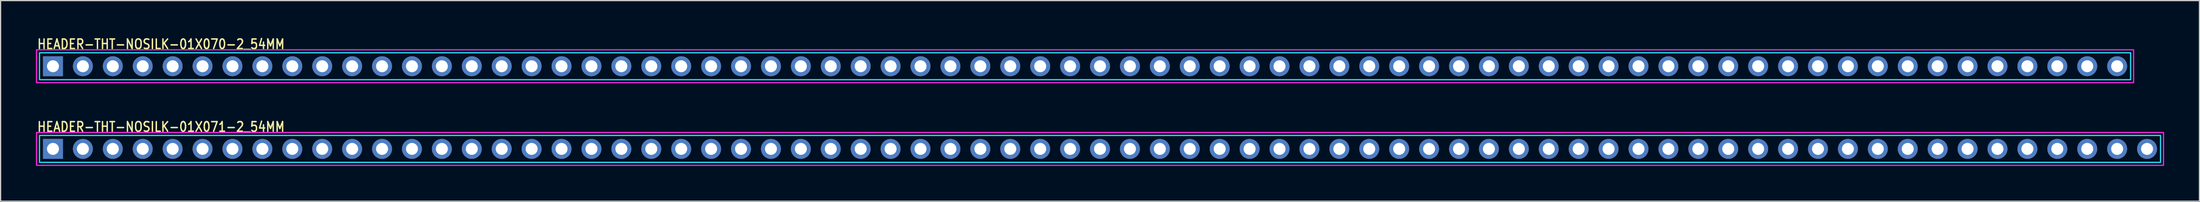
<source format=kicad_pcb>
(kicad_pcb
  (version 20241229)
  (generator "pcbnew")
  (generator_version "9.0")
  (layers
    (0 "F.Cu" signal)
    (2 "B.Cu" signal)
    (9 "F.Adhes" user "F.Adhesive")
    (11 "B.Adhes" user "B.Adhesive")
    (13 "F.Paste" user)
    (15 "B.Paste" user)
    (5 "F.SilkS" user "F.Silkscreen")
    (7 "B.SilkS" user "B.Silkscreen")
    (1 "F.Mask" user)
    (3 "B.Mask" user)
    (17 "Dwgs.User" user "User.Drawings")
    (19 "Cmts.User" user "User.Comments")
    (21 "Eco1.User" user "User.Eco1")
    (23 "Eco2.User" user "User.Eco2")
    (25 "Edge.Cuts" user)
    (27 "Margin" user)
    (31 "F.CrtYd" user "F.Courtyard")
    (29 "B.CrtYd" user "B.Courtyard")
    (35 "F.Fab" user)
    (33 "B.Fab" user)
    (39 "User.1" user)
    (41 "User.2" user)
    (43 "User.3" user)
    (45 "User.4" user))
  (footprint "HEADER-THT-NOSILK-01X071-2_54MM"
    (layer "F.Cu")
    (at 1.447 9.604)
    (property "Reference" "HEADER-THT-NOSILK-01X071-2_54MM" (at -1.4 -1.4 0) (unlocked yes) (layer "F.SilkS") (effects (font (size 0.813 0.695) (thickness 0.122)) (justify left bottom)))
    (fp_poly (pts (xy -1.143 -1.143) (xy 178.943 -1.143) (xy 178.943 1.143) (xy -1.143 1.143)) (stroke (width 0.1) (type solid)) (fill no) (layer "B.CrtYd"))
    (fp_poly (pts (xy -1.397 -1.397) (xy 179.197 -1.397) (xy 179.197 1.397) (xy -1.397 1.397)) (stroke (width 0.1) (type solid)) (fill no) (layer "F.CrtYd"))
    (pad "P$1" thru_hole rect (at 0 0) (size 1.693 1.693) (drill 1.016) (layers "*.Cu" "*.Mask"))
    (pad "P$2" thru_hole oval (at 2.54 0) (size 1.693 1.693) (drill 1.016) (layers "*.Cu" "*.Mask"))
    (pad "P$3" thru_hole oval (at 5.08 0) (size 1.693 1.693) (drill 1.016) (layers "*.Cu" "*.Mask"))
    (pad "P$4" thru_hole oval (at 7.62 0) (size 1.693 1.693) (drill 1.016) (layers "*.Cu" "*.Mask"))
    (pad "P$5" thru_hole oval (at 10.16 0) (size 1.693 1.693) (drill 1.016) (layers "*.Cu" "*.Mask"))
    (pad "P$6" thru_hole oval (at 12.7 0) (size 1.693 1.693) (drill 1.016) (layers "*.Cu" "*.Mask"))
    (pad "P$7" thru_hole oval (at 15.24 0) (size 1.693 1.693) (drill 1.016) (layers "*.Cu" "*.Mask"))
    (pad "P$8" thru_hole oval (at 17.78 0) (size 1.693 1.693) (drill 1.016) (layers "*.Cu" "*.Mask"))
    (pad "P$9" thru_hole oval (at 20.32 0) (size 1.693 1.693) (drill 1.016) (layers "*.Cu" "*.Mask"))
    (pad "P$10" thru_hole oval (at 22.86 0) (size 1.693 1.693) (drill 1.016) (layers "*.Cu" "*.Mask"))
    (pad "P$11" thru_hole oval (at 25.4 0) (size 1.693 1.693) (drill 1.016) (layers "*.Cu" "*.Mask"))
    (pad "P$12" thru_hole oval (at 27.94 0) (size 1.693 1.693) (drill 1.016) (layers "*.Cu" "*.Mask"))
    (pad "P$13" thru_hole oval (at 30.48 0) (size 1.693 1.693) (drill 1.016) (layers "*.Cu" "*.Mask"))
    (pad "P$14" thru_hole oval (at 33.02 0) (size 1.693 1.693) (drill 1.016) (layers "*.Cu" "*.Mask"))
    (pad "P$15" thru_hole oval (at 35.56 0) (size 1.693 1.693) (drill 1.016) (layers "*.Cu" "*.Mask"))
    (pad "P$16" thru_hole oval (at 38.1 0) (size 1.693 1.693) (drill 1.016) (layers "*.Cu" "*.Mask"))
    (pad "P$17" thru_hole oval (at 40.64 0) (size 1.693 1.693) (drill 1.016) (layers "*.Cu" "*.Mask"))
    (pad "P$18" thru_hole oval (at 43.18 0) (size 1.693 1.693) (drill 1.016) (layers "*.Cu" "*.Mask"))
    (pad "P$19" thru_hole oval (at 45.72 0) (size 1.693 1.693) (drill 1.016) (layers "*.Cu" "*.Mask"))
    (pad "P$20" thru_hole oval (at 48.26 0) (size 1.693 1.693) (drill 1.016) (layers "*.Cu" "*.Mask"))
    (pad "P$21" thru_hole oval (at 50.8 0) (size 1.693 1.693) (drill 1.016) (layers "*.Cu" "*.Mask"))
    (pad "P$22" thru_hole oval (at 53.34 0) (size 1.693 1.693) (drill 1.016) (layers "*.Cu" "*.Mask"))
    (pad "P$23" thru_hole oval (at 55.88 0) (size 1.693 1.693) (drill 1.016) (layers "*.Cu" "*.Mask"))
    (pad "P$24" thru_hole oval (at 58.42 0) (size 1.693 1.693) (drill 1.016) (layers "*.Cu" "*.Mask"))
    (pad "P$25" thru_hole oval (at 60.96 0) (size 1.693 1.693) (drill 1.016) (layers "*.Cu" "*.Mask"))
    (pad "P$26" thru_hole oval (at 63.5 0) (size 1.693 1.693) (drill 1.016) (layers "*.Cu" "*.Mask"))
    (pad "P$27" thru_hole oval (at 66.04 0) (size 1.693 1.693) (drill 1.016) (layers "*.Cu" "*.Mask"))
    (pad "P$28" thru_hole oval (at 68.58 0) (size 1.693 1.693) (drill 1.016) (layers "*.Cu" "*.Mask"))
    (pad "P$29" thru_hole oval (at 71.12 0) (size 1.693 1.693) (drill 1.016) (layers "*.Cu" "*.Mask"))
    (pad "P$30" thru_hole oval (at 73.66 0) (size 1.693 1.693) (drill 1.016) (layers "*.Cu" "*.Mask"))
    (pad "P$31" thru_hole oval (at 76.2 0) (size 1.693 1.693) (drill 1.016) (layers "*.Cu" "*.Mask"))
    (pad "P$32" thru_hole oval (at 78.74 0) (size 1.693 1.693) (drill 1.016) (layers "*.Cu" "*.Mask"))
    (pad "P$33" thru_hole oval (at 81.28 0) (size 1.693 1.693) (drill 1.016) (layers "*.Cu" "*.Mask"))
    (pad "P$34" thru_hole oval (at 83.82 0) (size 1.693 1.693) (drill 1.016) (layers "*.Cu" "*.Mask"))
    (pad "P$35" thru_hole oval (at 86.36 0) (size 1.693 1.693) (drill 1.016) (layers "*.Cu" "*.Mask"))
    (pad "P$36" thru_hole oval (at 88.9 0) (size 1.693 1.693) (drill 1.016) (layers "*.Cu" "*.Mask"))
    (pad "P$37" thru_hole oval (at 91.44 0) (size 1.693 1.693) (drill 1.016) (layers "*.Cu" "*.Mask"))
    (pad "P$38" thru_hole oval (at 93.98 0) (size 1.693 1.693) (drill 1.016) (layers "*.Cu" "*.Mask"))
    (pad "P$39" thru_hole oval (at 96.52 0) (size 1.693 1.693) (drill 1.016) (layers "*.Cu" "*.Mask"))
    (pad "P$40" thru_hole oval (at 99.06 0) (size 1.693 1.693) (drill 1.016) (layers "*.Cu" "*.Mask"))
    (pad "P$41" thru_hole oval (at 101.6 0) (size 1.693 1.693) (drill 1.016) (layers "*.Cu" "*.Mask"))
    (pad "P$42" thru_hole oval (at 104.14 0) (size 1.693 1.693) (drill 1.016) (layers "*.Cu" "*.Mask"))
    (pad "P$43" thru_hole oval (at 106.68 0) (size 1.693 1.693) (drill 1.016) (layers "*.Cu" "*.Mask"))
    (pad "P$44" thru_hole oval (at 109.22 0) (size 1.693 1.693) (drill 1.016) (layers "*.Cu" "*.Mask"))
    (pad "P$45" thru_hole oval (at 111.76 0) (size 1.693 1.693) (drill 1.016) (layers "*.Cu" "*.Mask"))
    (pad "P$46" thru_hole oval (at 114.3 0) (size 1.693 1.693) (drill 1.016) (layers "*.Cu" "*.Mask"))
    (pad "P$47" thru_hole oval (at 116.84 0) (size 1.693 1.693) (drill 1.016) (layers "*.Cu" "*.Mask"))
    (pad "P$48" thru_hole oval (at 119.38 0) (size 1.693 1.693) (drill 1.016) (layers "*.Cu" "*.Mask"))
    (pad "P$49" thru_hole oval (at 121.92 0) (size 1.693 1.693) (drill 1.016) (layers "*.Cu" "*.Mask"))
    (pad "P$50" thru_hole oval (at 124.46 0) (size 1.693 1.693) (drill 1.016) (layers "*.Cu" "*.Mask"))
    (pad "P$51" thru_hole oval (at 127 0) (size 1.693 1.693) (drill 1.016) (layers "*.Cu" "*.Mask"))
    (pad "P$52" thru_hole oval (at 129.54 0) (size 1.693 1.693) (drill 1.016) (layers "*.Cu" "*.Mask"))
    (pad "P$53" thru_hole oval (at 132.08 0) (size 1.693 1.693) (drill 1.016) (layers "*.Cu" "*.Mask"))
    (pad "P$54" thru_hole oval (at 134.62 0) (size 1.693 1.693) (drill 1.016) (layers "*.Cu" "*.Mask"))
    (pad "P$55" thru_hole oval (at 137.16 0) (size 1.693 1.693) (drill 1.016) (layers "*.Cu" "*.Mask"))
    (pad "P$56" thru_hole oval (at 139.7 0) (size 1.693 1.693) (drill 1.016) (layers "*.Cu" "*.Mask"))
    (pad "P$57" thru_hole oval (at 142.24 0) (size 1.693 1.693) (drill 1.016) (layers "*.Cu" "*.Mask"))
    (pad "P$58" thru_hole oval (at 144.78 0) (size 1.693 1.693) (drill 1.016) (layers "*.Cu" "*.Mask"))
    (pad "P$59" thru_hole oval (at 147.32 0) (size 1.693 1.693) (drill 1.016) (layers "*.Cu" "*.Mask"))
    (pad "P$60" thru_hole oval (at 149.86 0) (size 1.693 1.693) (drill 1.016) (layers "*.Cu" "*.Mask"))
    (pad "P$61" thru_hole oval (at 152.4 0) (size 1.693 1.693) (drill 1.016) (layers "*.Cu" "*.Mask"))
    (pad "P$62" thru_hole oval (at 154.94 0) (size 1.693 1.693) (drill 1.016) (layers "*.Cu" "*.Mask"))
    (pad "P$63" thru_hole oval (at 157.48 0) (size 1.693 1.693) (drill 1.016) (layers "*.Cu" "*.Mask"))
    (pad "P$64" thru_hole oval (at 160.02 0) (size 1.693 1.693) (drill 1.016) (layers "*.Cu" "*.Mask"))
    (pad "P$65" thru_hole oval (at 162.56 0) (size 1.693 1.693) (drill 1.016) (layers "*.Cu" "*.Mask"))
    (pad "P$66" thru_hole oval (at 165.1 0) (size 1.693 1.693) (drill 1.016) (layers "*.Cu" "*.Mask"))
    (pad "P$67" thru_hole oval (at 167.64 0) (size 1.693 1.693) (drill 1.016) (layers "*.Cu" "*.Mask"))
    (pad "P$68" thru_hole oval (at 170.18 0) (size 1.693 1.693) (drill 1.016) (layers "*.Cu" "*.Mask"))
    (pad "P$69" thru_hole oval (at 172.72 0) (size 1.693 1.693) (drill 1.016) (layers "*.Cu" "*.Mask"))
    (pad "P$70" thru_hole oval (at 175.26 0) (size 1.693 1.693) (drill 1.016) (layers "*.Cu" "*.Mask"))
    (pad "P$71" thru_hole oval (at 177.8 0) (size 1.693 1.693) (drill 1.016) (layers "*.Cu" "*.Mask")))
  (footprint "HEADER-THT-NOSILK-01X070-2_54MM"
    (layer "F.Cu")
    (at 1.447 2.579)
    (property "Reference" "HEADER-THT-NOSILK-01X070-2_54MM" (at -1.4 -1.4 0) (unlocked yes) (layer "F.SilkS") (effects (font (size 0.813 0.695) (thickness 0.122)) (justify left bottom)))
    (fp_poly (pts (xy -1.143 -1.143) (xy 176.403 -1.143) (xy 176.403 1.143) (xy -1.143 1.143)) (stroke (width 0.1) (type solid)) (fill no) (layer "B.CrtYd"))
    (fp_poly (pts (xy -1.397 -1.397) (xy 176.657 -1.397) (xy 176.657 1.397) (xy -1.397 1.397)) (stroke (width 0.1) (type solid)) (fill no) (layer "F.CrtYd"))
    (pad "P$1" thru_hole rect (at 0 0) (size 1.693 1.693) (drill 1.016) (layers "*.Cu" "*.Mask"))
    (pad "P$2" thru_hole oval (at 2.54 0) (size 1.693 1.693) (drill 1.016) (layers "*.Cu" "*.Mask"))
    (pad "P$3" thru_hole oval (at 5.08 0) (size 1.693 1.693) (drill 1.016) (layers "*.Cu" "*.Mask"))
    (pad "P$4" thru_hole oval (at 7.62 0) (size 1.693 1.693) (drill 1.016) (layers "*.Cu" "*.Mask"))
    (pad "P$5" thru_hole oval (at 10.16 0) (size 1.693 1.693) (drill 1.016) (layers "*.Cu" "*.Mask"))
    (pad "P$6" thru_hole oval (at 12.7 0) (size 1.693 1.693) (drill 1.016) (layers "*.Cu" "*.Mask"))
    (pad "P$7" thru_hole oval (at 15.24 0) (size 1.693 1.693) (drill 1.016) (layers "*.Cu" "*.Mask"))
    (pad "P$8" thru_hole oval (at 17.78 0) (size 1.693 1.693) (drill 1.016) (layers "*.Cu" "*.Mask"))
    (pad "P$9" thru_hole oval (at 20.32 0) (size 1.693 1.693) (drill 1.016) (layers "*.Cu" "*.Mask"))
    (pad "P$10" thru_hole oval (at 22.86 0) (size 1.693 1.693) (drill 1.016) (layers "*.Cu" "*.Mask"))
    (pad "P$11" thru_hole oval (at 25.4 0) (size 1.693 1.693) (drill 1.016) (layers "*.Cu" "*.Mask"))
    (pad "P$12" thru_hole oval (at 27.94 0) (size 1.693 1.693) (drill 1.016) (layers "*.Cu" "*.Mask"))
    (pad "P$13" thru_hole oval (at 30.48 0) (size 1.693 1.693) (drill 1.016) (layers "*.Cu" "*.Mask"))
    (pad "P$14" thru_hole oval (at 33.02 0) (size 1.693 1.693) (drill 1.016) (layers "*.Cu" "*.Mask"))
    (pad "P$15" thru_hole oval (at 35.56 0) (size 1.693 1.693) (drill 1.016) (layers "*.Cu" "*.Mask"))
    (pad "P$16" thru_hole oval (at 38.1 0) (size 1.693 1.693) (drill 1.016) (layers "*.Cu" "*.Mask"))
    (pad "P$17" thru_hole oval (at 40.64 0) (size 1.693 1.693) (drill 1.016) (layers "*.Cu" "*.Mask"))
    (pad "P$18" thru_hole oval (at 43.18 0) (size 1.693 1.693) (drill 1.016) (layers "*.Cu" "*.Mask"))
    (pad "P$19" thru_hole oval (at 45.72 0) (size 1.693 1.693) (drill 1.016) (layers "*.Cu" "*.Mask"))
    (pad "P$20" thru_hole oval (at 48.26 0) (size 1.693 1.693) (drill 1.016) (layers "*.Cu" "*.Mask"))
    (pad "P$21" thru_hole oval (at 50.8 0) (size 1.693 1.693) (drill 1.016) (layers "*.Cu" "*.Mask"))
    (pad "P$22" thru_hole oval (at 53.34 0) (size 1.693 1.693) (drill 1.016) (layers "*.Cu" "*.Mask"))
    (pad "P$23" thru_hole oval (at 55.88 0) (size 1.693 1.693) (drill 1.016) (layers "*.Cu" "*.Mask"))
    (pad "P$24" thru_hole oval (at 58.42 0) (size 1.693 1.693) (drill 1.016) (layers "*.Cu" "*.Mask"))
    (pad "P$25" thru_hole oval (at 60.96 0) (size 1.693 1.693) (drill 1.016) (layers "*.Cu" "*.Mask"))
    (pad "P$26" thru_hole oval (at 63.5 0) (size 1.693 1.693) (drill 1.016) (layers "*.Cu" "*.Mask"))
    (pad "P$27" thru_hole oval (at 66.04 0) (size 1.693 1.693) (drill 1.016) (layers "*.Cu" "*.Mask"))
    (pad "P$28" thru_hole oval (at 68.58 0) (size 1.693 1.693) (drill 1.016) (layers "*.Cu" "*.Mask"))
    (pad "P$29" thru_hole oval (at 71.12 0) (size 1.693 1.693) (drill 1.016) (layers "*.Cu" "*.Mask"))
    (pad "P$30" thru_hole oval (at 73.66 0) (size 1.693 1.693) (drill 1.016) (layers "*.Cu" "*.Mask"))
    (pad "P$31" thru_hole oval (at 76.2 0) (size 1.693 1.693) (drill 1.016) (layers "*.Cu" "*.Mask"))
    (pad "P$32" thru_hole oval (at 78.74 0) (size 1.693 1.693) (drill 1.016) (layers "*.Cu" "*.Mask"))
    (pad "P$33" thru_hole oval (at 81.28 0) (size 1.693 1.693) (drill 1.016) (layers "*.Cu" "*.Mask"))
    (pad "P$34" thru_hole oval (at 83.82 0) (size 1.693 1.693) (drill 1.016) (layers "*.Cu" "*.Mask"))
    (pad "P$35" thru_hole oval (at 86.36 0) (size 1.693 1.693) (drill 1.016) (layers "*.Cu" "*.Mask"))
    (pad "P$36" thru_hole oval (at 88.9 0) (size 1.693 1.693) (drill 1.016) (layers "*.Cu" "*.Mask"))
    (pad "P$37" thru_hole oval (at 91.44 0) (size 1.693 1.693) (drill 1.016) (layers "*.Cu" "*.Mask"))
    (pad "P$38" thru_hole oval (at 93.98 0) (size 1.693 1.693) (drill 1.016) (layers "*.Cu" "*.Mask"))
    (pad "P$39" thru_hole oval (at 96.52 0) (size 1.693 1.693) (drill 1.016) (layers "*.Cu" "*.Mask"))
    (pad "P$40" thru_hole oval (at 99.06 0) (size 1.693 1.693) (drill 1.016) (layers "*.Cu" "*.Mask"))
    (pad "P$41" thru_hole oval (at 101.6 0) (size 1.693 1.693) (drill 1.016) (layers "*.Cu" "*.Mask"))
    (pad "P$42" thru_hole oval (at 104.14 0) (size 1.693 1.693) (drill 1.016) (layers "*.Cu" "*.Mask"))
    (pad "P$43" thru_hole oval (at 106.68 0) (size 1.693 1.693) (drill 1.016) (layers "*.Cu" "*.Mask"))
    (pad "P$44" thru_hole oval (at 109.22 0) (size 1.693 1.693) (drill 1.016) (layers "*.Cu" "*.Mask"))
    (pad "P$45" thru_hole oval (at 111.76 0) (size 1.693 1.693) (drill 1.016) (layers "*.Cu" "*.Mask"))
    (pad "P$46" thru_hole oval (at 114.3 0) (size 1.693 1.693) (drill 1.016) (layers "*.Cu" "*.Mask"))
    (pad "P$47" thru_hole oval (at 116.84 0) (size 1.693 1.693) (drill 1.016) (layers "*.Cu" "*.Mask"))
    (pad "P$48" thru_hole oval (at 119.38 0) (size 1.693 1.693) (drill 1.016) (layers "*.Cu" "*.Mask"))
    (pad "P$49" thru_hole oval (at 121.92 0) (size 1.693 1.693) (drill 1.016) (layers "*.Cu" "*.Mask"))
    (pad "P$50" thru_hole oval (at 124.46 0) (size 1.693 1.693) (drill 1.016) (layers "*.Cu" "*.Mask"))
    (pad "P$51" thru_hole oval (at 127 0) (size 1.693 1.693) (drill 1.016) (layers "*.Cu" "*.Mask"))
    (pad "P$52" thru_hole oval (at 129.54 0) (size 1.693 1.693) (drill 1.016) (layers "*.Cu" "*.Mask"))
    (pad "P$53" thru_hole oval (at 132.08 0) (size 1.693 1.693) (drill 1.016) (layers "*.Cu" "*.Mask"))
    (pad "P$54" thru_hole oval (at 134.62 0) (size 1.693 1.693) (drill 1.016) (layers "*.Cu" "*.Mask"))
    (pad "P$55" thru_hole oval (at 137.16 0) (size 1.693 1.693) (drill 1.016) (layers "*.Cu" "*.Mask"))
    (pad "P$56" thru_hole oval (at 139.7 0) (size 1.693 1.693) (drill 1.016) (layers "*.Cu" "*.Mask"))
    (pad "P$57" thru_hole oval (at 142.24 0) (size 1.693 1.693) (drill 1.016) (layers "*.Cu" "*.Mask"))
    (pad "P$58" thru_hole oval (at 144.78 0) (size 1.693 1.693) (drill 1.016) (layers "*.Cu" "*.Mask"))
    (pad "P$59" thru_hole oval (at 147.32 0) (size 1.693 1.693) (drill 1.016) (layers "*.Cu" "*.Mask"))
    (pad "P$60" thru_hole oval (at 149.86 0) (size 1.693 1.693) (drill 1.016) (layers "*.Cu" "*.Mask"))
    (pad "P$61" thru_hole oval (at 152.4 0) (size 1.693 1.693) (drill 1.016) (layers "*.Cu" "*.Mask"))
    (pad "P$62" thru_hole oval (at 154.94 0) (size 1.693 1.693) (drill 1.016) (layers "*.Cu" "*.Mask"))
    (pad "P$63" thru_hole oval (at 157.48 0) (size 1.693 1.693) (drill 1.016) (layers "*.Cu" "*.Mask"))
    (pad "P$64" thru_hole oval (at 160.02 0) (size 1.693 1.693) (drill 1.016) (layers "*.Cu" "*.Mask"))
    (pad "P$65" thru_hole oval (at 162.56 0) (size 1.693 1.693) (drill 1.016) (layers "*.Cu" "*.Mask"))
    (pad "P$66" thru_hole oval (at 165.1 0) (size 1.693 1.693) (drill 1.016) (layers "*.Cu" "*.Mask"))
    (pad "P$67" thru_hole oval (at 167.64 0) (size 1.693 1.693) (drill 1.016) (layers "*.Cu" "*.Mask"))
    (pad "P$68" thru_hole oval (at 170.18 0) (size 1.693 1.693) (drill 1.016) (layers "*.Cu" "*.Mask"))
    (pad "P$69" thru_hole oval (at 172.72 0) (size 1.693 1.693) (drill 1.016) (layers "*.Cu" "*.Mask"))
    (pad "P$70" thru_hole oval (at 175.26 0) (size 1.693 1.693) (drill 1.016) (layers "*.Cu" "*.Mask")))
  (gr_rect
    (start -3 -3)
    (end 183.694 14.051)
    (stroke (width 0.1) (type default))
    (fill no)
    (layer "Edge.Cuts")))
</source>
